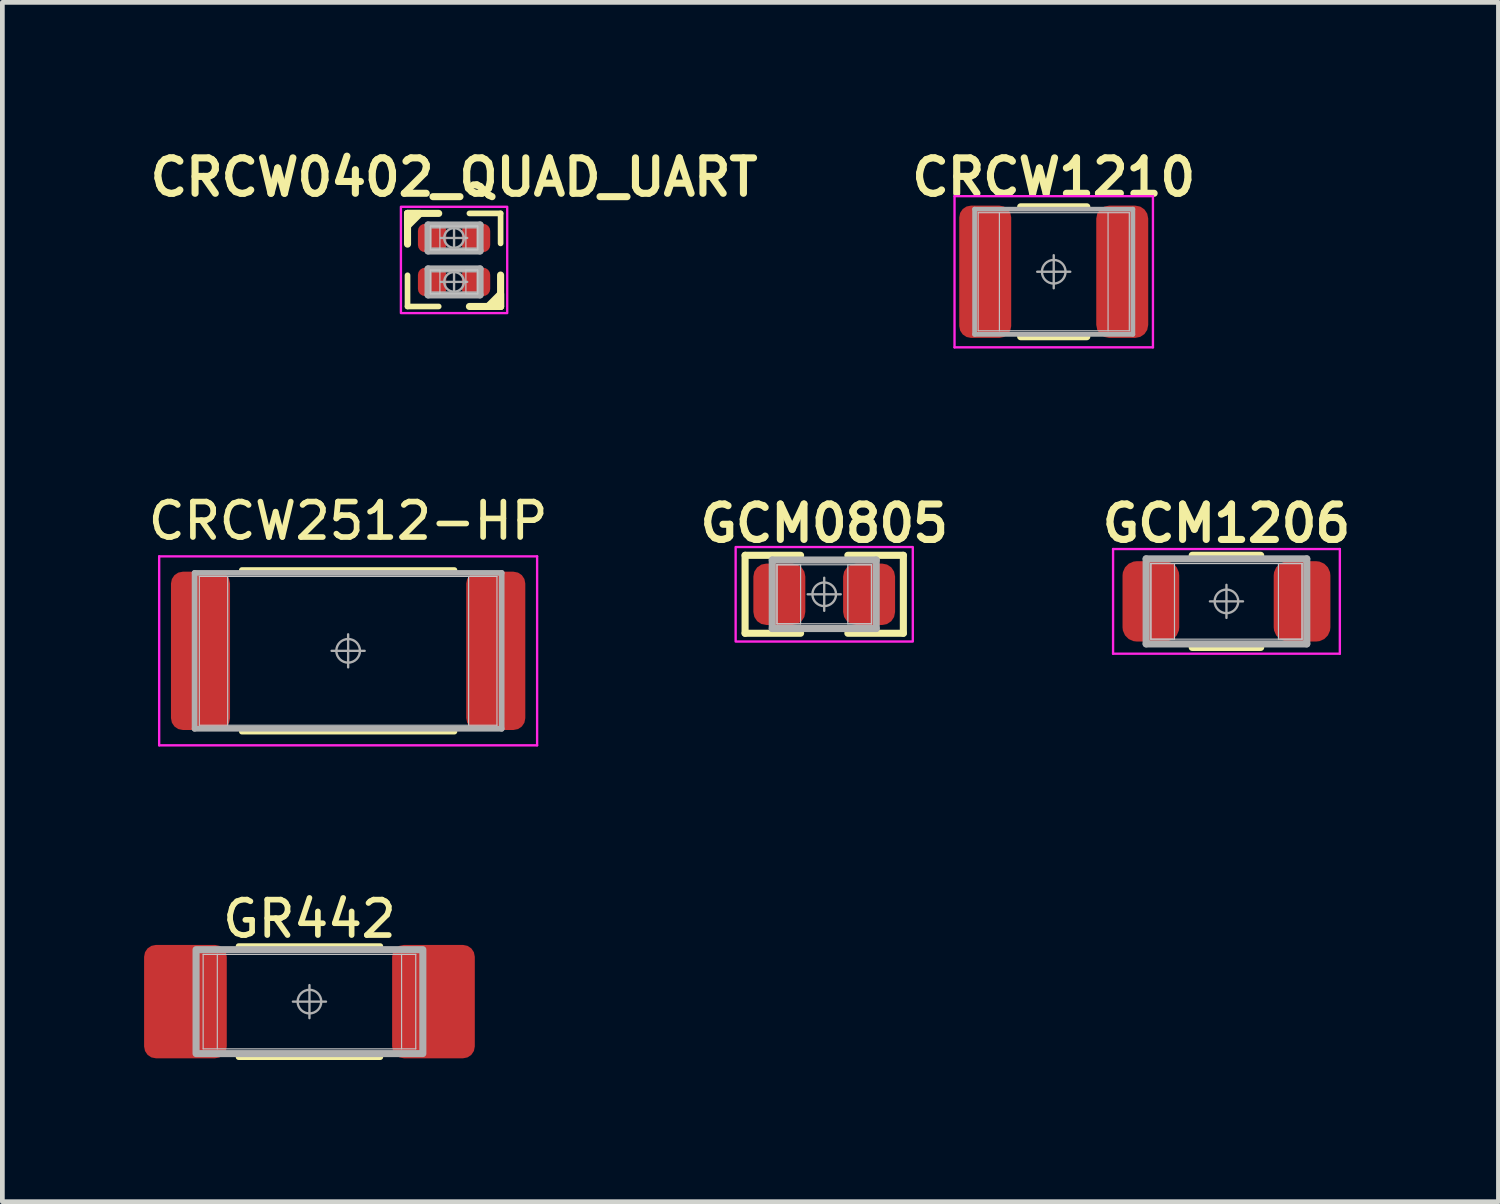
<source format=kicad_pcb>
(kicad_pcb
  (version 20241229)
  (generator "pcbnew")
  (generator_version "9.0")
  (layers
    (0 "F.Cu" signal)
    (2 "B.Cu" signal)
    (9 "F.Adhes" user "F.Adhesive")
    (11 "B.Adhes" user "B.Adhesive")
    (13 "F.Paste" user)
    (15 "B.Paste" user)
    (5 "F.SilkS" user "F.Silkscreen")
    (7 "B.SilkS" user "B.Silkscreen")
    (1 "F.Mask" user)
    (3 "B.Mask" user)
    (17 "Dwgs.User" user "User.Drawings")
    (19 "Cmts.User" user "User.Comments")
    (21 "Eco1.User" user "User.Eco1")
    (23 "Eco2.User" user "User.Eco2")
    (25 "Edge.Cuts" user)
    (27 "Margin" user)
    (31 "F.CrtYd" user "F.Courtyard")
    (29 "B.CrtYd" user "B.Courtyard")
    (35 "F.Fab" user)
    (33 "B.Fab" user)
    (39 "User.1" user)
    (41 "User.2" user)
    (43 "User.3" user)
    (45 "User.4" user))
  (footprint "CRCW2512-HP"
    (layer "F.Cu")
    (at 4.319 10.726)
    (property "Reference" "CRCW2512-HP" (at 0 -2.75 0) (layer "F.SilkS") (effects (font (size 0.75 0.75) (thickness 0.12))))
    (attr smd)
    (fp_line (start -2.25 -1.71) (end 2.25 -1.71) (stroke (width 0.12) (type solid)) (layer "F.SilkS"))
    (fp_line (start -2.25 1.71) (end 2.25 1.71) (stroke (width 0.12) (type solid)) (layer "F.SilkS"))
    (fp_line (start -3.15 -1.575) (end 3.15 -1.575) (stroke (width 0.025) (type solid)) (layer "Dwgs.User"))
    (fp_line (start -3.15 1.575) (end -3.15 -1.575) (stroke (width 0.025) (type solid)) (layer "Dwgs.User"))
    (fp_line (start -2.55 -1.575) (end -2.55 1.575) (stroke (width 0.025) (type solid)) (layer "Dwgs.User"))
    (fp_line (start 2.55 1.575) (end 2.55 -1.575) (stroke (width 0.025) (type solid)) (layer "Dwgs.User"))
    (fp_line (start 3.15 -1.575) (end 3.15 1.575) (stroke (width 0.025) (type solid)) (layer "Dwgs.User"))
    (fp_line (start 3.15 1.575) (end -3.15 1.575) (stroke (width 0.025) (type solid)) (layer "Dwgs.User"))
    (fp_line (start -4 -2) (end 4 -2) (stroke (width 0.05) (type solid)) (layer "F.CrtYd"))
    (fp_line (start -4 2) (end -4 -2) (stroke (width 0.05) (type solid)) (layer "F.CrtYd"))
    (fp_line (start 4 -2) (end 4 2) (stroke (width 0.05) (type solid)) (layer "F.CrtYd"))
    (fp_line (start 4 2) (end -4 2) (stroke (width 0.05) (type solid)) (layer "F.CrtYd"))
    (fp_line (start -3.25 -1.65) (end 3.25 -1.65) (stroke (width 0.12) (type solid)) (layer "F.Fab"))
    (fp_line (start -3.25 1.65) (end -3.25 -1.65) (stroke (width 0.12) (type solid)) (layer "F.Fab"))
    (fp_line (start 0 -0.35) (end 0 0.35) (stroke (width 0.05) (type solid)) (layer "F.Fab"))
    (fp_line (start 0.35 0) (end -0.35 0) (stroke (width 0.05) (type solid)) (layer "F.Fab"))
    (fp_line (start 3.25 -1.65) (end 3.25 1.65) (stroke (width 0.12) (type solid)) (layer "F.Fab"))
    (fp_line (start 3.25 1.65) (end -3.25 1.65) (stroke (width 0.12) (type solid)) (layer "F.Fab"))
    (fp_circle (center 0 0) (end 0.25 0) (stroke (width 0.05) (type solid)) (fill no) (layer "F.Fab"))
    (pad "1" smd roundrect (at -3.125 0) (size 1.25 3.35) (layers "F.Cu" "F.Mask" "F.Paste") (roundrect_rratio 0.2))
    (pad "2" smd roundrect (at 3.125 0) (size 1.25 3.35) (layers "F.Cu" "F.Mask" "F.Paste") (roundrect_rratio 0.2)))
  (footprint "CRCW0402_QUAD_UART"
    (layer "F.Cu")
    (at 6.561 2.452)
    (property "Reference" "CRCW0402_QUAD_UART" (at 0 -1.75 0) (layer "F.SilkS") (effects (font (size 0.75 0.75) (thickness 0.15) (bold yes))))
    (attr smd)
    (fp_line (start -0.985 -0.985) (end -0.325 -0.985) (stroke (width 0.15) (type solid)) (layer "F.SilkS"))
    (fp_line (start -0.985 -0.335) (end -0.985 -0.985) (stroke (width 0.15) (type solid)) (layer "F.SilkS"))
    (fp_line (start -0.985 0.985) (end -0.985 0.325) (stroke (width 0.12) (type solid)) (layer "F.SilkS"))
    (fp_line (start -0.325 0.985) (end -0.985 0.985) (stroke (width 0.12) (type solid)) (layer "F.SilkS"))
    (fp_line (start 0.325 0.985) (end 0.985 0.985) (stroke (width 0.15) (type solid)) (layer "F.SilkS"))
    (fp_line (start 0.985 -0.985) (end 0.325 -0.985) (stroke (width 0.12) (type solid)) (layer "F.SilkS"))
    (fp_line (start 0.985 -0.35) (end 0.985 -0.985) (stroke (width 0.12) (type solid)) (layer "F.SilkS"))
    (fp_line (start 0.985 0.985) (end 0.985 0.32) (stroke (width 0.15) (type solid)) (layer "F.SilkS"))
    (fp_poly (pts (xy -0.985 -0.985) (xy -0.72 -0.985) (xy -0.985 -0.72)) (stroke (width 0.15) (type solid)) (fill yes) (layer "F.SilkS"))
    (fp_poly (pts (xy 0.985 0.985) (xy 0.72 0.985) (xy 0.985 0.72)) (stroke (width 0.15) (type solid)) (fill yes) (layer "F.SilkS"))
    (fp_line (start -0.5 -0.715) (end -0.3 -0.715) (stroke (width 0.025) (type solid)) (layer "Dwgs.User"))
    (fp_line (start -0.5 -0.715) (end 0.5 -0.715) (stroke (width 0.025) (type solid)) (layer "Dwgs.User"))
    (fp_line (start -0.5 -0.215) (end -0.5 -0.715) (stroke (width 0.025) (type solid)) (layer "Dwgs.User"))
    (fp_line (start -0.5 -0.215) (end -0.5 -0.715) (stroke (width 0.025) (type solid)) (layer "Dwgs.User"))
    (fp_line (start -0.5 0.215) (end -0.3 0.215) (stroke (width 0.025) (type solid)) (layer "Dwgs.User"))
    (fp_line (start -0.5 0.215) (end 0.5 0.215) (stroke (width 0.025) (type solid)) (layer "Dwgs.User"))
    (fp_line (start -0.5 0.715) (end -0.5 0.215) (stroke (width 0.025) (type solid)) (layer "Dwgs.User"))
    (fp_line (start -0.5 0.715) (end -0.5 0.215) (stroke (width 0.025) (type solid)) (layer "Dwgs.User"))
    (fp_line (start -0.3 -0.715) (end -0.3 -0.215) (stroke (width 0.025) (type solid)) (layer "Dwgs.User"))
    (fp_line (start -0.3 -0.215) (end -0.5 -0.215) (stroke (width 0.025) (type solid)) (layer "Dwgs.User"))
    (fp_line (start -0.3 0.215) (end -0.3 0.715) (stroke (width 0.025) (type solid)) (layer "Dwgs.User"))
    (fp_line (start -0.3 0.715) (end -0.5 0.715) (stroke (width 0.025) (type solid)) (layer "Dwgs.User"))
    (fp_line (start 0.25 -0.715) (end 0.5 -0.715) (stroke (width 0.025) (type solid)) (layer "Dwgs.User"))
    (fp_line (start 0.25 -0.215) (end 0.25 -0.715) (stroke (width 0.025) (type solid)) (layer "Dwgs.User"))
    (fp_line (start 0.25 0.215) (end 0.5 0.215) (stroke (width 0.025) (type solid)) (layer "Dwgs.User"))
    (fp_line (start 0.25 0.715) (end 0.25 0.215) (stroke (width 0.025) (type solid)) (layer "Dwgs.User"))
    (fp_line (start 0.5 -0.715) (end 0.5 -0.215) (stroke (width 0.025) (type solid)) (layer "Dwgs.User"))
    (fp_line (start 0.5 -0.715) (end 0.5 -0.215) (stroke (width 0.025) (type solid)) (layer "Dwgs.User"))
    (fp_line (start 0.5 -0.215) (end -0.5 -0.215) (stroke (width 0.025) (type solid)) (layer "Dwgs.User"))
    (fp_line (start 0.5 -0.215) (end 0.25 -0.215) (stroke (width 0.025) (type solid)) (layer "Dwgs.User"))
    (fp_line (start 0.5 0.215) (end 0.5 0.715) (stroke (width 0.025) (type solid)) (layer "Dwgs.User"))
    (fp_line (start 0.5 0.215) (end 0.5 0.715) (stroke (width 0.025) (type solid)) (layer "Dwgs.User"))
    (fp_line (start 0.5 0.715) (end -0.5 0.715) (stroke (width 0.025) (type solid)) (layer "Dwgs.User"))
    (fp_line (start 0.5 0.715) (end 0.25 0.715) (stroke (width 0.025) (type solid)) (layer "Dwgs.User"))
    (fp_rect (start -1.125 -1.125) (end 1.125 1.125) (stroke (width 0.05) (type solid)) (fill no) (layer "F.CrtYd"))
    (fp_line (start -0.55 -0.74) (end 0.55 -0.74) (stroke (width 0.15) (type solid)) (layer "F.Fab"))
    (fp_line (start -0.55 -0.19) (end -0.55 -0.74) (stroke (width 0.15) (type solid)) (layer "F.Fab"))
    (fp_line (start -0.55 0.19) (end 0.55 0.19) (stroke (width 0.15) (type solid)) (layer "F.Fab"))
    (fp_line (start -0.55 0.74) (end -0.55 0.19) (stroke (width 0.15) (type solid)) (layer "F.Fab"))
    (fp_line (start 0 -0.743) (end 0 -0.187) (stroke (width 0.05) (type solid)) (layer "F.Fab"))
    (fp_line (start 0 0.187) (end 0 0.743) (stroke (width 0.05) (type solid)) (layer "F.Fab"))
    (fp_line (start 0.278 -0.465) (end -0.278 -0.465) (stroke (width 0.05) (type solid)) (layer "F.Fab"))
    (fp_line (start 0.278 0.465) (end -0.278 0.465) (stroke (width 0.05) (type solid)) (layer "F.Fab"))
    (fp_line (start 0.55 -0.74) (end 0.55 -0.19) (stroke (width 0.15) (type solid)) (layer "F.Fab"))
    (fp_line (start 0.55 -0.19) (end -0.55 -0.19) (stroke (width 0.15) (type solid)) (layer "F.Fab"))
    (fp_line (start 0.55 0.19) (end 0.55 0.74) (stroke (width 0.15) (type solid)) (layer "F.Fab"))
    (fp_line (start 0.55 0.74) (end -0.55 0.74) (stroke (width 0.15) (type solid)) (layer "F.Fab"))
    (fp_circle (center 0 -0.465) (end 0.208 -0.465) (stroke (width 0.05) (type solid)) (fill no) (layer "F.Fab"))
    (fp_circle (center 0 0.465) (end 0.208 0.465) (stroke (width 0.05) (type solid)) (fill no) (layer "F.Fab"))
    (pad "1" smd roundrect (at -0.465 -0.465) (size 0.6 0.6) (layers "F.Cu" "F.Mask" "F.Paste") (roundrect_rratio 0.25))
    (pad "2" smd roundrect (at 0.465 -0.465) (size 0.6 0.6) (layers "F.Cu" "F.Mask" "F.Paste") (roundrect_rratio 0.25))
    (pad "3" smd roundrect (at 0.465 0.465) (size 0.6 0.6) (layers "F.Cu" "F.Mask" "F.Paste") (roundrect_rratio 0.25))
    (pad "4" smd roundrect (at -0.465 0.465) (size 0.6 0.6) (layers "F.Cu" "F.Mask" "F.Paste") (roundrect_rratio 0.25)))
  (footprint "GCM0805"
    (layer "F.Cu")
    (at 14.396 9.529)
    (property "Reference" "GCM0805" (at 0 -1.5 0) (layer "F.SilkS") (effects (font (size 0.75 0.75) (thickness 0.15) (bold yes))))
    (attr smd)
    (fp_line (start -1.675 -0.825) (end -0.5 -0.825) (stroke (width 0.15) (type solid)) (layer "F.SilkS"))
    (fp_line (start -1.675 0.825) (end -1.675 -0.825) (stroke (width 0.15) (type solid)) (layer "F.SilkS"))
    (fp_line (start -0.5 0.825) (end -1.675 0.825) (stroke (width 0.15) (type solid)) (layer "F.SilkS"))
    (fp_line (start 0.5 0.825) (end 1.675 0.825) (stroke (width 0.15) (type solid)) (layer "F.SilkS"))
    (fp_line (start 1.675 -0.825) (end 0.5 -0.825) (stroke (width 0.15) (type solid)) (layer "F.SilkS"))
    (fp_line (start 1.675 0.825) (end 1.675 -0.825) (stroke (width 0.15) (type solid)) (layer "F.SilkS"))
    (fp_line (start -1 -0.625) (end -0.5 -0.625) (stroke (width 0.025) (type solid)) (layer "Dwgs.User"))
    (fp_line (start -1 -0.625) (end 1 -0.625) (stroke (width 0.025) (type solid)) (layer "Dwgs.User"))
    (fp_line (start -1 0.625) (end -1 -0.625) (stroke (width 0.025) (type solid)) (layer "Dwgs.User"))
    (fp_line (start -1 0.625) (end -1 -0.625) (stroke (width 0.025) (type solid)) (layer "Dwgs.User"))
    (fp_line (start -0.5 -0.625) (end -0.5 0.625) (stroke (width 0.025) (type solid)) (layer "Dwgs.User"))
    (fp_line (start -0.5 0.625) (end -1 0.625) (stroke (width 0.025) (type solid)) (layer "Dwgs.User"))
    (fp_line (start 0.5 -0.625) (end 1 -0.625) (stroke (width 0.025) (type solid)) (layer "Dwgs.User"))
    (fp_line (start 0.5 0.625) (end 0.5 -0.625) (stroke (width 0.025) (type solid)) (layer "Dwgs.User"))
    (fp_line (start 1 -0.625) (end 1 0.625) (stroke (width 0.025) (type solid)) (layer "Dwgs.User"))
    (fp_line (start 1 -0.625) (end 1 0.625) (stroke (width 0.025) (type solid)) (layer "Dwgs.User"))
    (fp_line (start 1 0.625) (end -1 0.625) (stroke (width 0.025) (type solid)) (layer "Dwgs.User"))
    (fp_line (start 1 0.625) (end 0.5 0.625) (stroke (width 0.025) (type solid)) (layer "Dwgs.User"))
    (fp_rect (start -1.875 -1) (end 1.875 1) (stroke (width 0.05) (type solid)) (fill no) (layer "F.CrtYd"))
    (fp_line (start -1.1 -0.725) (end 1.1 -0.725) (stroke (width 0.15) (type solid)) (layer "F.Fab"))
    (fp_line (start -1.1 0.725) (end -1.1 -0.725) (stroke (width 0.15) (type solid)) (layer "F.Fab"))
    (fp_line (start 0 -0.35) (end 0 0.35) (stroke (width 0.05) (type solid)) (layer "F.Fab"))
    (fp_line (start 0.35 0) (end -0.35 0) (stroke (width 0.05) (type solid)) (layer "F.Fab"))
    (fp_line (start 1.1 -0.725) (end 1.1 0.725) (stroke (width 0.15) (type solid)) (layer "F.Fab"))
    (fp_line (start 1.1 0.725) (end -1.1 0.725) (stroke (width 0.15) (type solid)) (layer "F.Fab"))
    (fp_circle (center 0 0) (end 0.25 0) (stroke (width 0.05) (type solid)) (fill no) (layer "F.Fab"))
    (pad "1" smd roundrect (at -0.95 0) (size 1.1 1.3) (layers "F.Cu" "F.Mask" "F.Paste") (roundrect_rratio 0.25))
    (pad "2" smd roundrect (at 0.95 0) (size 1.1 1.3) (layers "F.Cu" "F.Mask" "F.Paste") (roundrect_rratio 0.25)))
  (footprint "GR442"
    (layer "F.Cu")
    (at 3.5 18.151)
    (property "Reference" "GR442" (at 0 -1.75 0) (layer "F.SilkS") (effects (font (size 0.75 0.75) (thickness 0.12))))
    (attr smd)
    (fp_line (start -1.5 -1.175) (end 1.5 -1.175) (stroke (width 0.12) (type solid)) (layer "F.SilkS"))
    (fp_line (start -1.5 1.175) (end 1.5 1.175) (stroke (width 0.12) (type solid)) (layer "F.SilkS"))
    (fp_line (start -2.25 -1) (end 2.25 -1) (stroke (width 0.025) (type solid)) (layer "Dwgs.User"))
    (fp_line (start -2.25 1) (end -2.25 -1) (stroke (width 0.025) (type solid)) (layer "Dwgs.User"))
    (fp_line (start -1.95 -1) (end -1.95 1) (stroke (width 0.025) (type solid)) (layer "Dwgs.User"))
    (fp_line (start 1.95 1) (end 1.95 -1) (stroke (width 0.025) (type solid)) (layer "Dwgs.User"))
    (fp_line (start 2.25 -1) (end 2.25 1) (stroke (width 0.025) (type solid)) (layer "Dwgs.User"))
    (fp_line (start 2.25 1) (end -2.25 1) (stroke (width 0.025) (type solid)) (layer "Dwgs.User"))
    (fp_line (start 0 -0.35) (end 0 0.35) (stroke (width 0.05) (type solid)) (layer "F.Fab"))
    (fp_line (start 0.35 0) (end -0.35 0) (stroke (width 0.05) (type solid)) (layer "F.Fab"))
    (fp_rect (start -2.4 -1.1) (end 2.4 1.1) (stroke (width 0.15) (type solid)) (fill no) (layer "F.Fab"))
    (fp_circle (center 0 0) (end 0.25 0) (stroke (width 0.05) (type solid)) (fill no) (layer "F.Fab"))
    (pad "1" smd roundrect (at -2.625 0) (size 1.75 2.4) (layers "F.Cu" "F.Mask" "F.Paste") (roundrect_rratio 0.143))
    (pad "2" smd roundrect (at 2.625 0) (size 1.75 2.4) (layers "F.Cu" "F.Mask" "F.Paste") (roundrect_rratio 0.143)))
  (footprint "GCM1206"
    (layer "F.Cu")
    (at 22.91 9.679)
    (property "Reference" "GCM1206" (at 0 -1.65 0) (layer "F.SilkS") (effects (font (size 0.75 0.75) (thickness 0.15) (bold yes))))
    (attr smd)
    (fp_line (start -0.725 -0.975) (end 0.725 -0.975) (stroke (width 0.15) (type solid)) (layer "F.SilkS"))
    (fp_line (start -0.725 0.975) (end 0.725 0.975) (stroke (width 0.15) (type solid)) (layer "F.SilkS"))
    (fp_line (start -1.6 -0.8) (end -1.1 -0.8) (stroke (width 0.025) (type solid)) (layer "Dwgs.User"))
    (fp_line (start -1.6 -0.8) (end 1.6 -0.8) (stroke (width 0.025) (type solid)) (layer "Dwgs.User"))
    (fp_line (start -1.6 0.8) (end -1.6 -0.8) (stroke (width 0.025) (type solid)) (layer "Dwgs.User"))
    (fp_line (start -1.6 0.8) (end -1.6 -0.8) (stroke (width 0.025) (type solid)) (layer "Dwgs.User"))
    (fp_line (start -1.1 -0.8) (end -1.1 0.8) (stroke (width 0.025) (type solid)) (layer "Dwgs.User"))
    (fp_line (start -1.1 0.8) (end -1.6 0.8) (stroke (width 0.025) (type solid)) (layer "Dwgs.User"))
    (fp_line (start 1.1 -0.8) (end 1.6 -0.8) (stroke (width 0.025) (type solid)) (layer "Dwgs.User"))
    (fp_line (start 1.1 0.8) (end 1.1 -0.8) (stroke (width 0.025) (type solid)) (layer "Dwgs.User"))
    (fp_line (start 1.6 -0.8) (end 1.6 0.8) (stroke (width 0.025) (type solid)) (layer "Dwgs.User"))
    (fp_line (start 1.6 -0.8) (end 1.6 0.8) (stroke (width 0.025) (type solid)) (layer "Dwgs.User"))
    (fp_line (start 1.6 0.8) (end -1.6 0.8) (stroke (width 0.025) (type solid)) (layer "Dwgs.User"))
    (fp_line (start 1.6 0.8) (end 1.1 0.8) (stroke (width 0.025) (type solid)) (layer "Dwgs.User"))
    (fp_line (start -2.4 -1.108) (end 2.4 -1.108) (stroke (width 0.05) (type solid)) (layer "F.CrtYd"))
    (fp_line (start -2.4 1.108) (end -2.4 -1.108) (stroke (width 0.05) (type solid)) (layer "F.CrtYd"))
    (fp_line (start 2.4 -1.108) (end 2.4 1.108) (stroke (width 0.05) (type solid)) (layer "F.CrtYd"))
    (fp_line (start 2.4 1.108) (end -2.4 1.108) (stroke (width 0.05) (type solid)) (layer "F.CrtYd"))
    (fp_line (start -1.7 -0.9) (end 1.7 -0.9) (stroke (width 0.15) (type solid)) (layer "F.Fab"))
    (fp_line (start -1.7 0.9) (end -1.7 -0.9) (stroke (width 0.15) (type solid)) (layer "F.Fab"))
    (fp_line (start 0 -0.35) (end 0 0.35) (stroke (width 0.05) (type solid)) (layer "F.Fab"))
    (fp_line (start 0.35 0) (end -0.35 0) (stroke (width 0.05) (type solid)) (layer "F.Fab"))
    (fp_line (start 1.7 -0.9) (end 1.7 0.9) (stroke (width 0.15) (type solid)) (layer "F.Fab"))
    (fp_line (start 1.7 0.9) (end -1.7 0.9) (stroke (width 0.15) (type solid)) (layer "F.Fab"))
    (fp_circle (center 0 0) (end 0.25 0) (stroke (width 0.05) (type solid)) (fill no) (layer "F.Fab"))
    (pad "1" smd roundrect (at -1.6 0) (size 1.2 1.7) (layers "F.Cu" "F.Mask" "F.Paste") (roundrect_rratio 0.25))
    (pad "2" smd roundrect (at 1.6 0) (size 1.2 1.7) (layers "F.Cu" "F.Mask" "F.Paste") (roundrect_rratio 0.25)))
  (footprint "CRCW1210"
    (layer "F.Cu")
    (at 19.254 2.702)
    (property "Reference" "CRCW1210" (at 0 -2 0) (layer "F.SilkS") (effects (font (size 0.75 0.75) (thickness 0.15) (bold yes))))
    (attr smd)
    (fp_line (start -0.7 -1.375) (end 0.7 -1.375) (stroke (width 0.15) (type solid)) (layer "F.SilkS"))
    (fp_line (start -0.7 1.375) (end 0.7 1.375) (stroke (width 0.15) (type solid)) (layer "F.SilkS"))
    (fp_line (start -1.6 -1.25) (end 1.6 -1.25) (stroke (width 0.025) (type solid)) (layer "Dwgs.User"))
    (fp_line (start -1.6 1.25) (end -1.6 -1.25) (stroke (width 0.025) (type solid)) (layer "Dwgs.User"))
    (fp_line (start -1.15 -1.25) (end -1.15 1.25) (stroke (width 0.025) (type solid)) (layer "Dwgs.User"))
    (fp_line (start 1.15 -1.25) (end 1.15 1.25) (stroke (width 0.025) (type solid)) (layer "Dwgs.User"))
    (fp_line (start 1.6 -1.25) (end 1.6 1.25) (stroke (width 0.025) (type solid)) (layer "Dwgs.User"))
    (fp_line (start 1.6 1.25) (end -1.6 1.25) (stroke (width 0.025) (type solid)) (layer "Dwgs.User"))
    (fp_line (start -2.1 -1.6) (end 2.1 -1.6) (stroke (width 0.05) (type solid)) (layer "F.CrtYd"))
    (fp_line (start -2.1 1.6) (end -2.1 -1.6) (stroke (width 0.05) (type solid)) (layer "F.CrtYd"))
    (fp_line (start 2.1 -1.6) (end 2.1 1.6) (stroke (width 0.05) (type solid)) (layer "F.CrtYd"))
    (fp_line (start 2.1 1.6) (end -2.1 1.6) (stroke (width 0.05) (type solid)) (layer "F.CrtYd"))
    (fp_line (start -1.675 -1.325) (end 1.675 -1.325) (stroke (width 0.1) (type solid)) (layer "F.Fab"))
    (fp_line (start -1.675 1.325) (end -1.675 -1.325) (stroke (width 0.1) (type solid)) (layer "F.Fab"))
    (fp_line (start 0 -0.35) (end 0 0.35) (stroke (width 0.05) (type solid)) (layer "F.Fab"))
    (fp_line (start 0.35 0) (end -0.35 0) (stroke (width 0.05) (type solid)) (layer "F.Fab"))
    (fp_line (start 1.675 -1.325) (end 1.675 1.325) (stroke (width 0.1) (type solid)) (layer "F.Fab"))
    (fp_line (start 1.675 1.325) (end -1.675 1.325) (stroke (width 0.1) (type solid)) (layer "F.Fab"))
    (fp_circle (center 0 0) (end 0.25 0) (stroke (width 0.05) (type solid)) (fill no) (layer "F.Fab"))
    (pad "1" smd roundrect (at -1.45 0) (size 1.1 2.8) (layers "F.Cu" "F.Mask" "F.Paste") (roundrect_rratio 0.227))
    (pad "2" smd roundrect (at 1.45 0) (size 1.1 2.8) (layers "F.Cu" "F.Mask" "F.Paste") (roundrect_rratio 0.25)))
  (gr_rect
    (start -3 -3)
    (end 28.667 22.386)
    (stroke (width 0.1) (type default))
    (fill no)
    (layer "Edge.Cuts")))
</source>
